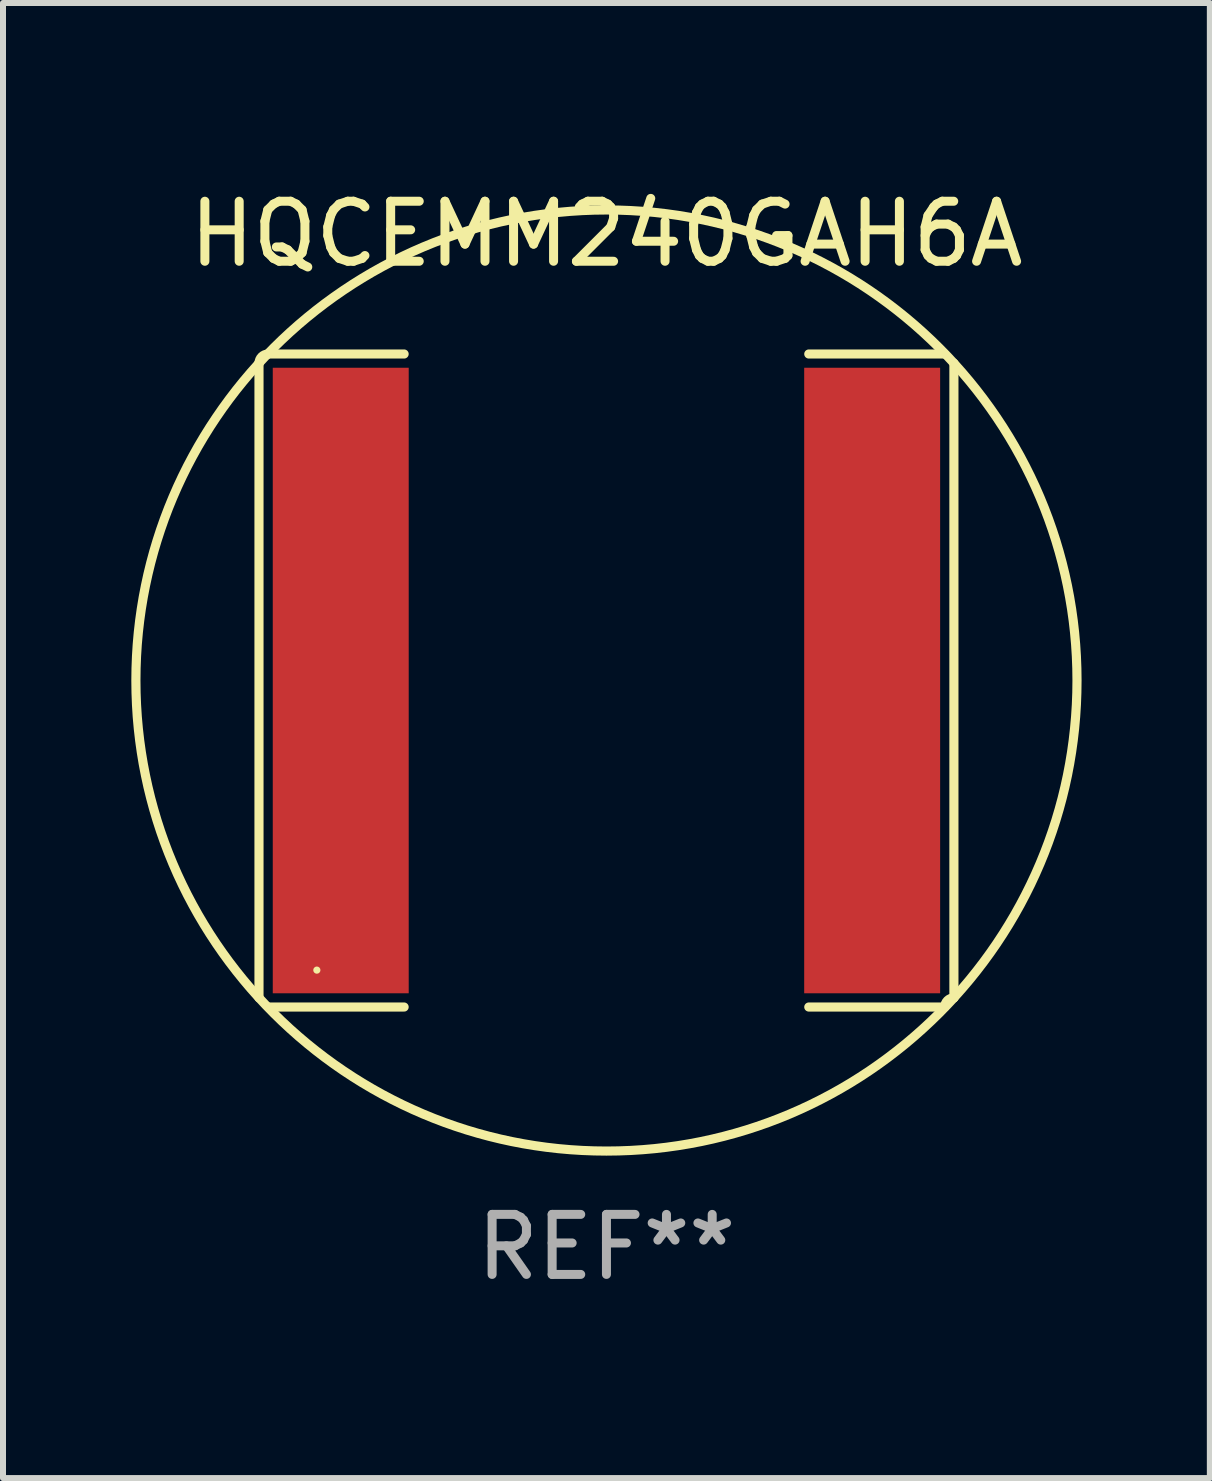
<source format=kicad_pcb>
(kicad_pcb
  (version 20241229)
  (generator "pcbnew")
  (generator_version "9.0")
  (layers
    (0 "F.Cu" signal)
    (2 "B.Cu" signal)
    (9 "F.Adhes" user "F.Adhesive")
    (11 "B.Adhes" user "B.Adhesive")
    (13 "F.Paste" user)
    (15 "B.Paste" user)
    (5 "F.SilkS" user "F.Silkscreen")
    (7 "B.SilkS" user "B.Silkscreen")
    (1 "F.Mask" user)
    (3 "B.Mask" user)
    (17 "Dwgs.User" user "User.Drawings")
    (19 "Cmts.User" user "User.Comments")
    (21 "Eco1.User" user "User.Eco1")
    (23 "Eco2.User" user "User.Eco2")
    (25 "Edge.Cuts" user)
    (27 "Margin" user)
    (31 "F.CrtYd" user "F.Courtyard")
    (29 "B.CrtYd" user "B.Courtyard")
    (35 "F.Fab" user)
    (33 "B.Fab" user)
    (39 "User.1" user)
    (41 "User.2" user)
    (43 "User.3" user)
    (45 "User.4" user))
  (footprint "HQCEMM240GAH6A"
    (layer "F.Cu")
    (at 7.054 8.288)
    (property "Reference" "HQCEMM240GAH6A" (at 0 -7.44 0) (layer "F.SilkS") (effects (font (size 1 1) (thickness 0.15))))
    (attr through_hole)
    (fp_line (start -5.789 -5.287) (end -5.789 5.287) (stroke (width 0.152) (type solid)) (layer "F.SilkS"))
    (fp_line (start -5.636 5.44) (end -3.371 5.44) (stroke (width 0.152) (type solid)) (layer "F.SilkS"))
    (fp_line (start -3.371 -5.44) (end -5.636 -5.44) (stroke (width 0.152) (type solid)) (layer "F.SilkS"))
    (fp_line (start 3.371 -5.44) (end 5.636 -5.44) (stroke (width 0.152) (type solid)) (layer "F.SilkS"))
    (fp_line (start 5.636 5.44) (end 3.371 5.44) (stroke (width 0.152) (type solid)) (layer "F.SilkS"))
    (fp_line (start 5.789 -5.287) (end 5.789 5.287) (stroke (width 0.152) (type solid)) (layer "F.SilkS"))
    (fp_arc (start -5.7886 -5.287201) (mid -5.743963 -5.394964) (end -5.6362 -5.439601) (stroke (width 0.1524) (type solid)) (layer "F.SilkS"))
    (fp_arc (start -5.7886 5.287201) (mid 5.788578 -5.287179) (end -5.7886 5.287201) (stroke (width 0.1524) (type solid)) (layer "F.SilkS"))
    (fp_arc (start 5.6362 5.439601) (mid 5.680837 5.331838) (end 5.7886 5.287201) (stroke (width 0.1524) (type solid)) (layer "F.SilkS"))
    (fp_circle (center -4.825 4.825) (end -4.795 4.825) (stroke (width 0.06) (type solid)) (fill no) (layer "F.SilkS"))
    (fp_text user "REF**" (at 0 9.44 0) (layer "F.Fab") (effects (font (size 1 1) (thickness 0.15))))
    (pad "1" smd rect (at -4.427 0) (size 2.265 10.422) (layers "F.Cu" "F.Mask" "F.Paste"))
    (pad "2" smd rect (at 4.427 0) (size 2.265 10.422) (layers "F.Cu" "F.Mask" "F.Paste")))
  (gr_rect
    (start -3 -3)
    (end 17.107 21.576)
    (stroke (width 0.1) (type default))
    (fill no)
    (layer "Edge.Cuts")))
</source>
